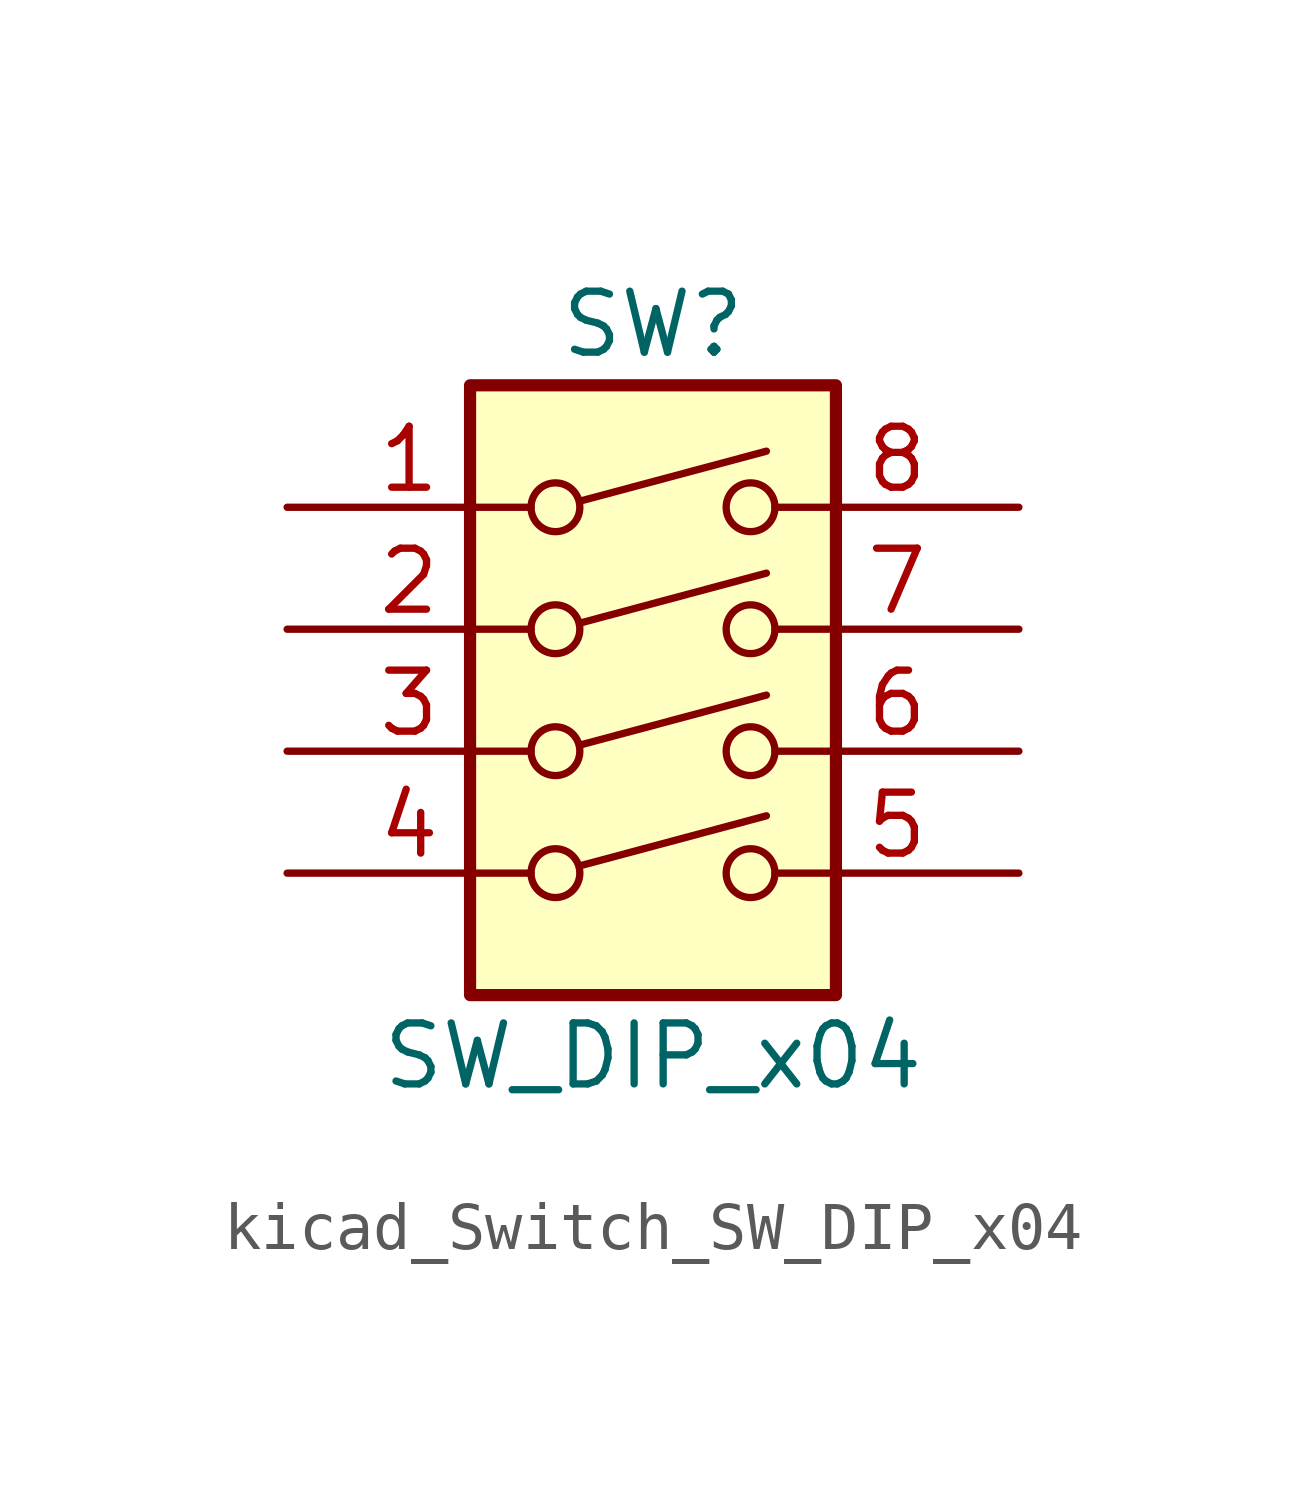
<source format=kicad_sym>
(kicad_symbol_lib
  (version 20220914)
  (generator kicad_symbol_editor)
  (symbol "kicad_Switch_SW_DIP_x04"
    (pin_names
      (offset 0) hide)
    (property "Reference" "SW"
      (at 0 8.89 0)
      (effects (font (size 1.27 1.27))))
    (property "Value" "SW_DIP_x04"
      (at 0 -6.35 0)
      (effects (font (size 1.27 1.27))))
    (symbol "kicad_Switch_SW_DIP_x04_0_0"
      (circle (center -2.032 -2.54) (radius 0.508) (stroke (width 0) (type default)) (fill (type none)))
      (circle (center -2.032 0) (radius 0.508) (stroke (width 0) (type default)) (fill (type none)))
      (circle (center -2.032 2.54) (radius 0.508) (stroke (width 0) (type default)) (fill (type none)))
      (circle (center -2.032 5.08) (radius 0.508) (stroke (width 0) (type default)) (fill (type none)))
      (polyline (pts (xy -1.524 -2.388) (xy 2.362 -1.346)) (stroke (width 0) (type default)) (fill (type none)))
      (polyline (pts (xy -1.524 0.127) (xy 2.362 1.168)) (stroke (width 0) (type default)) (fill (type none)))
      (polyline (pts (xy -1.524 2.667) (xy 2.362 3.708)) (stroke (width 0) (type default)) (fill (type none)))
      (polyline (pts (xy -1.524 5.207) (xy 2.362 6.248)) (stroke (width 0) (type default)) (fill (type none)))
      (circle (center 2.032 -2.54) (radius 0.508) (stroke (width 0) (type default)) (fill (type none)))
      (circle (center 2.032 0) (radius 0.508) (stroke (width 0) (type default)) (fill (type none)))
      (circle (center 2.032 2.54) (radius 0.508) (stroke (width 0) (type default)) (fill (type none)))
      (circle (center 2.032 5.08) (radius 0.508) (stroke (width 0) (type default)) (fill (type none))))
    (symbol "kicad_Switch_SW_DIP_x04_0_1"
      (rectangle (start -3.81 7.62) (end 3.81 -5.08) (stroke (width 0.254) (type default)) (fill (type background))))
    (symbol "kicad_Switch_SW_DIP_x04_1_1"
      (pin passive line (at -7.62 5.08 0) (length 5.08) (name "~" (effects (font (size 1.27 1.27)))) (number "1" (effects (font (size 1.27 1.27)))))
      (pin passive line (at -7.62 2.54 0) (length 5.08) (name "~" (effects (font (size 1.27 1.27)))) (number "2" (effects (font (size 1.27 1.27)))))
      (pin passive line (at -7.62 0 0) (length 5.08) (name "~" (effects (font (size 1.27 1.27)))) (number "3" (effects (font (size 1.27 1.27)))))
      (pin passive line (at -7.62 -2.54 0) (length 5.08) (name "~" (effects (font (size 1.27 1.27)))) (number "4" (effects (font (size 1.27 1.27)))))
      (pin passive line (at 7.62 -2.54 180) (length 5.08) (name "~" (effects (font (size 1.27 1.27)))) (number "5" (effects (font (size 1.27 1.27)))))
      (pin passive line (at 7.62 0 180) (length 5.08) (name "~" (effects (font (size 1.27 1.27)))) (number "6" (effects (font (size 1.27 1.27)))))
      (pin passive line (at 7.62 2.54 180) (length 5.08) (name "~" (effects (font (size 1.27 1.27)))) (number "7" (effects (font (size 1.27 1.27)))))
      (pin passive line (at 7.62 5.08 180) (length 5.08) (name "~" (effects (font (size 1.27 1.27)))) (number "8" (effects (font (size 1.27 1.27))))))))
</source>
